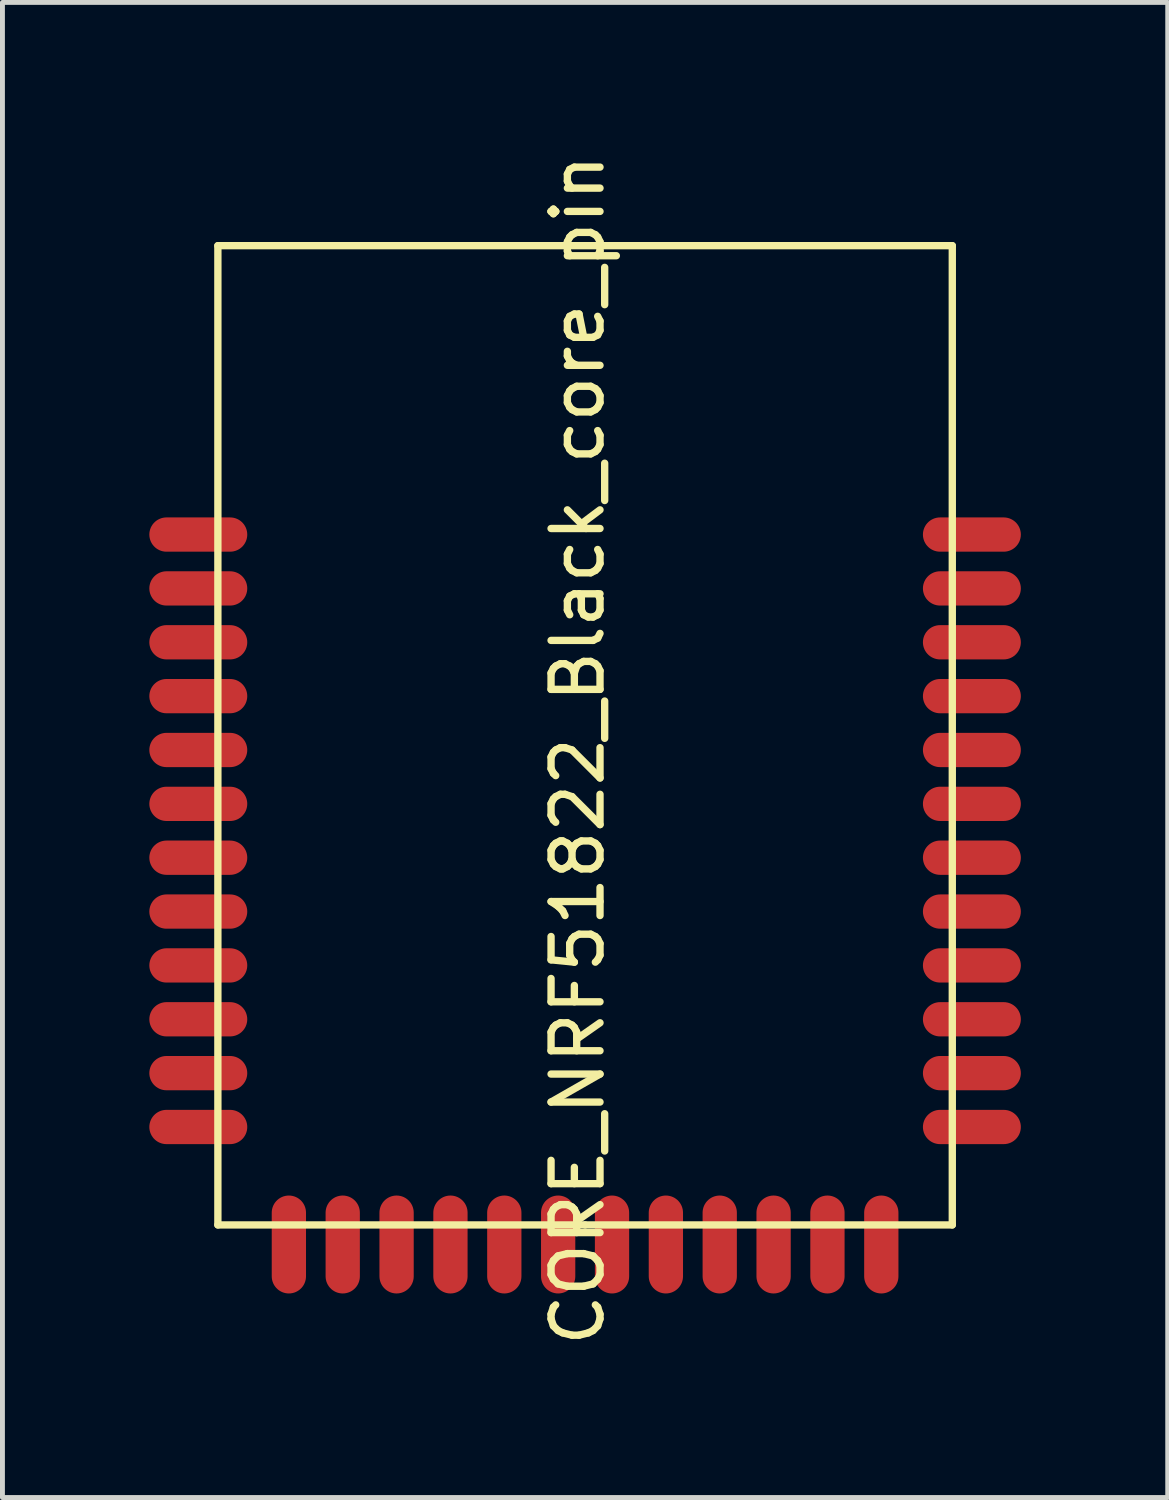
<source format=kicad_pcb>
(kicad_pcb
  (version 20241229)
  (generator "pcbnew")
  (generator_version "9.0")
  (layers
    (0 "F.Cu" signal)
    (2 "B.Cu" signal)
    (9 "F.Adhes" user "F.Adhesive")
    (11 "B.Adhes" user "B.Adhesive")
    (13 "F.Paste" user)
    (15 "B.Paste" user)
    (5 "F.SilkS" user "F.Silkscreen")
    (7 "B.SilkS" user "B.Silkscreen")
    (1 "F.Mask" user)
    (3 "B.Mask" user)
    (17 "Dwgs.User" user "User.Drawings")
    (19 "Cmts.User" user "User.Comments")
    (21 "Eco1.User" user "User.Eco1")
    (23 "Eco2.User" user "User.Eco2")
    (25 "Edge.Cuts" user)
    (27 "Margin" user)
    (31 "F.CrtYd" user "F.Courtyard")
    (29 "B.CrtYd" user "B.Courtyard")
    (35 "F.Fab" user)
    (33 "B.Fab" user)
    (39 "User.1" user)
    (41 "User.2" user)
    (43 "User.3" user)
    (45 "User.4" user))
  (footprint "CORE_NRF51822_Black_core_pin"
    (layer "F.Cu")
    (at 8.749 12.267)
    (property "Reference" "CORE_NRF51822_Black_core_pin" (at 0.001 0.001 270) (layer "F.SilkS") (effects (font (size 1 1) (thickness 0.15))))
    (attr through_hole)
    (fp_line (start -7.349 -10.299) (end -7.349 9.701) (stroke (width 0.15) (type solid)) (layer "F.SilkS"))
    (fp_line (start -7.349 9.701) (end 0.151 9.701) (stroke (width 0.15) (type solid)) (layer "F.SilkS"))
    (fp_line (start 0.151 9.701) (end 7.651 9.701) (stroke (width 0.15) (type solid)) (layer "F.SilkS"))
    (fp_line (start 7.651 -10.299) (end -7.349 -10.299) (stroke (width 0.15) (type solid)) (layer "F.SilkS"))
    (fp_line (start 7.651 9.701) (end 7.651 -10.299) (stroke (width 0.15) (type solid)) (layer "F.SilkS"))
    (pad "1" smd oval (at -7.749 -4.399) (size 2 0.7) (layers "F.Cu" "F.Mask" "F.Paste"))
    (pad "2" smd oval (at -7.749 -3.299) (size 2 0.7) (layers "F.Cu" "F.Mask" "F.Paste"))
    (pad "3" smd oval (at -7.749 -2.199) (size 2 0.7) (layers "F.Cu" "F.Mask" "F.Paste"))
    (pad "4" smd oval (at -7.749 -1.099) (size 2 0.7) (layers "F.Cu" "F.Mask" "F.Paste"))
    (pad "5" smd oval (at -7.749 0.001) (size 2 0.7) (layers "F.Cu" "F.Mask" "F.Paste"))
    (pad "6" smd oval (at -7.749 1.101) (size 2 0.7) (layers "F.Cu" "F.Mask" "F.Paste"))
    (pad "7" smd oval (at -7.749 2.201) (size 2 0.7) (layers "F.Cu" "F.Mask" "F.Paste"))
    (pad "8" smd oval (at -7.749 3.301) (size 2 0.7) (layers "F.Cu" "F.Mask" "F.Paste"))
    (pad "9" smd oval (at -7.749 4.401) (size 2 0.7) (layers "F.Cu" "F.Mask" "F.Paste"))
    (pad "10" smd oval (at -7.749 5.501) (size 2 0.7) (layers "F.Cu" "F.Mask" "F.Paste"))
    (pad "11" smd oval (at -7.749 6.601) (size 2 0.7) (layers "F.Cu" "F.Mask" "F.Paste"))
    (pad "12" smd oval (at -7.749 7.701) (size 2 0.7) (layers "F.Cu" "F.Mask" "F.Paste"))
    (pad "13" smd oval (at -5.899 10.101 270) (size 2 0.7) (layers "F.Cu" "F.Mask" "F.Paste"))
    (pad "14" smd oval (at -4.799 10.101 270) (size 2 0.7) (layers "F.Cu" "F.Mask" "F.Paste"))
    (pad "15" smd oval (at -3.699 10.101 270) (size 2 0.7) (layers "F.Cu" "F.Mask" "F.Paste"))
    (pad "16" smd oval (at -2.599 10.101 270) (size 2 0.7) (layers "F.Cu" "F.Mask" "F.Paste"))
    (pad "17" smd oval (at -1.499 10.101 270) (size 2 0.7) (layers "F.Cu" "F.Mask" "F.Paste"))
    (pad "18" smd oval (at -0.399 10.101 270) (size 2 0.7) (layers "F.Cu" "F.Mask" "F.Paste"))
    (pad "19" smd oval (at 0.701 10.101 270) (size 2 0.7) (layers "F.Cu" "F.Mask" "F.Paste"))
    (pad "20" smd oval (at 1.801 10.101 270) (size 2 0.7) (layers "F.Cu" "F.Mask" "F.Paste"))
    (pad "21" smd oval (at 2.901 10.101 270) (size 2 0.7) (layers "F.Cu" "F.Mask" "F.Paste"))
    (pad "22" smd oval (at 4.001 10.101 270) (size 2 0.7) (layers "F.Cu" "F.Mask" "F.Paste"))
    (pad "23" smd oval (at 5.101 10.101 270) (size 2 0.7) (layers "F.Cu" "F.Mask" "F.Paste"))
    (pad "24" smd oval (at 6.201 10.101 270) (size 2 0.7) (layers "F.Cu" "F.Mask" "F.Paste"))
    (pad "25" smd oval (at 8.051 7.701) (size 2 0.7) (layers "F.Cu" "F.Mask" "F.Paste"))
    (pad "26" smd oval (at 8.051 6.601) (size 2 0.7) (layers "F.Cu" "F.Mask" "F.Paste"))
    (pad "27" smd oval (at 8.051 5.501) (size 2 0.7) (layers "F.Cu" "F.Mask" "F.Paste"))
    (pad "28" smd oval (at 8.051 4.401) (size 2 0.7) (layers "F.Cu" "F.Mask" "F.Paste"))
    (pad "29" smd oval (at 8.051 3.301) (size 2 0.7) (layers "F.Cu" "F.Mask" "F.Paste"))
    (pad "30" smd oval (at 8.051 2.201 180) (size 2 0.7) (layers "F.Cu" "F.Mask" "F.Paste"))
    (pad "31" smd oval (at 8.051 1.101) (size 2 0.7) (layers "F.Cu" "F.Mask" "F.Paste"))
    (pad "32" smd oval (at 8.051 0.001) (size 2 0.7) (layers "F.Cu" "F.Mask" "F.Paste"))
    (pad "33" smd oval (at 8.051 -1.099) (size 2 0.7) (layers "F.Cu" "F.Mask" "F.Paste"))
    (pad "34" smd oval (at 8.051 -2.199) (size 2 0.7) (layers "F.Cu" "F.Mask" "F.Paste"))
    (pad "35" smd oval (at 8.051 -3.299) (size 2 0.7) (layers "F.Cu" "F.Mask" "F.Paste"))
    (pad "36" smd oval (at 8.051 -4.399) (size 2 0.7) (layers "F.Cu" "F.Mask" "F.Paste")))
  (gr_rect
    (start -3 -3)
    (end 20.8 27.536)
    (stroke (width 0.1) (type default))
    (fill no)
    (layer "Edge.Cuts")))
</source>
